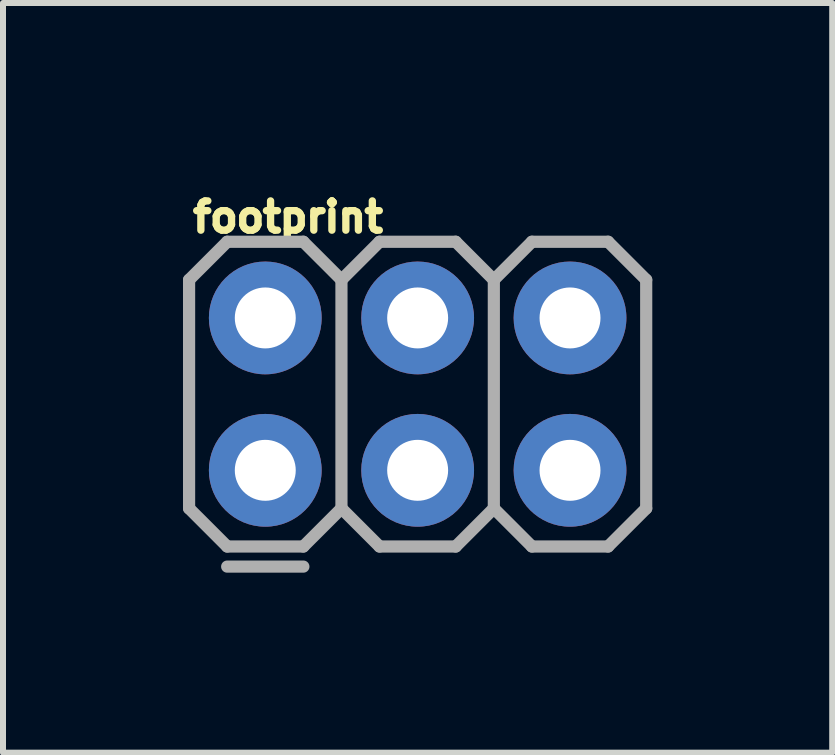
<source format=kicad_pcb>
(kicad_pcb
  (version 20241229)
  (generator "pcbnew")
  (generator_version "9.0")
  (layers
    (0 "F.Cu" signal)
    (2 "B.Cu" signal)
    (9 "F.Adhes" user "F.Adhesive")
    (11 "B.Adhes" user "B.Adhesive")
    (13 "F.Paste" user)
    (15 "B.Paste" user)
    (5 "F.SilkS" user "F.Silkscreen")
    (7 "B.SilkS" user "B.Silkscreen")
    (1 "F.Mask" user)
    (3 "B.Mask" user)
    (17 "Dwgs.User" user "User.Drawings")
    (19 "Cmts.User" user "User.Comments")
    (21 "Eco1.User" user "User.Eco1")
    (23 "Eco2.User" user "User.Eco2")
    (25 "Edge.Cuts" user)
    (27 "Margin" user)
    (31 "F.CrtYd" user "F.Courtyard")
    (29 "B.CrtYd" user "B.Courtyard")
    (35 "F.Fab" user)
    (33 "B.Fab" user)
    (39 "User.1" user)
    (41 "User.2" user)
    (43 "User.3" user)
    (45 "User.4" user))
  (footprint "footprint"
    (layer "F.Cu")
    (at 3.912 3.52)
    (property "Reference" "footprint" (at -3.81 -2.667 0) (layer "F.SilkS") (effects (font (size 0.488 0.488) (thickness 0.122)) (justify left bottom)))
    (fp_line (start -3.81 -1.905) (end -3.175 -2.54) (stroke (width 0.203) (type solid)) (layer "F.Fab"))
    (fp_line (start -3.81 1.905) (end -3.81 -1.905) (stroke (width 0.203) (type solid)) (layer "F.Fab"))
    (fp_line (start -3.81 1.905) (end -3.175 2.54) (stroke (width 0.203) (type solid)) (layer "F.Fab"))
    (fp_line (start -3.175 -2.54) (end -1.905 -2.54) (stroke (width 0.203) (type solid)) (layer "F.Fab"))
    (fp_line (start -3.175 2.54) (end -1.905 2.54) (stroke (width 0.203) (type solid)) (layer "F.Fab"))
    (fp_line (start -1.905 -2.54) (end -1.27 -1.905) (stroke (width 0.203) (type solid)) (layer "F.Fab"))
    (fp_line (start -1.905 2.54) (end -1.27 1.905) (stroke (width 0.203) (type solid)) (layer "F.Fab"))
    (fp_line (start -1.905 2.875) (end -3.175 2.875) (stroke (width 0.203) (type solid)) (layer "F.Fab"))
    (fp_line (start -1.27 -1.905) (end -1.27 1.905) (stroke (width 0.203) (type solid)) (layer "F.Fab"))
    (fp_line (start -1.27 -1.905) (end -0.635 -2.54) (stroke (width 0.203) (type solid)) (layer "F.Fab"))
    (fp_line (start -1.27 1.905) (end -0.635 2.54) (stroke (width 0.203) (type solid)) (layer "F.Fab"))
    (fp_line (start -0.635 -2.54) (end 0.635 -2.54) (stroke (width 0.203) (type solid)) (layer "F.Fab"))
    (fp_line (start -0.635 2.54) (end 0.635 2.54) (stroke (width 0.203) (type solid)) (layer "F.Fab"))
    (fp_line (start 0.635 -2.54) (end 1.27 -1.905) (stroke (width 0.203) (type solid)) (layer "F.Fab"))
    (fp_line (start 0.635 2.54) (end 1.27 1.905) (stroke (width 0.203) (type solid)) (layer "F.Fab"))
    (fp_line (start 1.27 -1.905) (end 1.27 1.905) (stroke (width 0.203) (type solid)) (layer "F.Fab"))
    (fp_line (start 1.27 -1.905) (end 1.905 -2.54) (stroke (width 0.203) (type solid)) (layer "F.Fab"))
    (fp_line (start 1.27 1.905) (end 1.905 2.54) (stroke (width 0.203) (type solid)) (layer "F.Fab"))
    (fp_line (start 1.905 -2.54) (end 3.175 -2.54) (stroke (width 0.203) (type solid)) (layer "F.Fab"))
    (fp_line (start 1.905 2.54) (end 3.175 2.54) (stroke (width 0.203) (type solid)) (layer "F.Fab"))
    (fp_line (start 3.175 -2.54) (end 3.81 -1.905) (stroke (width 0.203) (type solid)) (layer "F.Fab"))
    (fp_line (start 3.175 2.54) (end 3.81 1.905) (stroke (width 0.203) (type solid)) (layer "F.Fab"))
    (fp_line (start 3.81 -1.905) (end 3.81 1.905) (stroke (width 0.203) (type solid)) (layer "F.Fab"))
    (fp_poly (pts (xy -2.794 -1.016) (xy -2.286 -1.016) (xy -2.286 -1.524) (xy -2.794 -1.524)) (stroke (width 0.1) (type solid)) (fill no) (layer "F.Fab"))
    (fp_poly (pts (xy -2.794 1.524) (xy -2.286 1.524) (xy -2.286 1.016) (xy -2.794 1.016)) (stroke (width 0.1) (type solid)) (fill no) (layer "F.Fab"))
    (fp_poly (pts (xy -0.254 -1.016) (xy 0.254 -1.016) (xy 0.254 -1.524) (xy -0.254 -1.524)) (stroke (width 0.1) (type solid)) (fill no) (layer "F.Fab"))
    (fp_poly (pts (xy -0.254 1.524) (xy 0.254 1.524) (xy 0.254 1.016) (xy -0.254 1.016)) (stroke (width 0.1) (type solid)) (fill no) (layer "F.Fab"))
    (fp_poly (pts (xy 2.286 -1.016) (xy 2.794 -1.016) (xy 2.794 -1.524) (xy 2.286 -1.524)) (stroke (width 0.1) (type solid)) (fill no) (layer "F.Fab"))
    (fp_poly (pts (xy 2.286 1.524) (xy 2.794 1.524) (xy 2.794 1.016) (xy 2.286 1.016)) (stroke (width 0.1) (type solid)) (fill no) (layer "F.Fab"))
    (pad "1" thru_hole circle (at -2.54 1.27) (size 1.88 1.88) (drill 1.016) (layers "*.Cu" "*.Mask"))
    (pad "2" thru_hole circle (at -2.54 -1.27) (size 1.88 1.88) (drill 1.016) (layers "*.Cu" "*.Mask"))
    (pad "3" thru_hole circle (at 0 1.27) (size 1.88 1.88) (drill 1.016) (layers "*.Cu" "*.Mask"))
    (pad "4" thru_hole circle (at 0 -1.27) (size 1.88 1.88) (drill 1.016) (layers "*.Cu" "*.Mask"))
    (pad "5" thru_hole circle (at 2.54 1.27) (size 1.88 1.88) (drill 1.016) (layers "*.Cu" "*.Mask"))
    (pad "6" thru_hole circle (at 2.54 -1.27) (size 1.88 1.88) (drill 1.016) (layers "*.Cu" "*.Mask")))
  (gr_rect
    (start -3 -3)
    (end 10.823 9.497)
    (stroke (width 0.1) (type default))
    (fill no)
    (layer "Edge.Cuts")))
</source>
